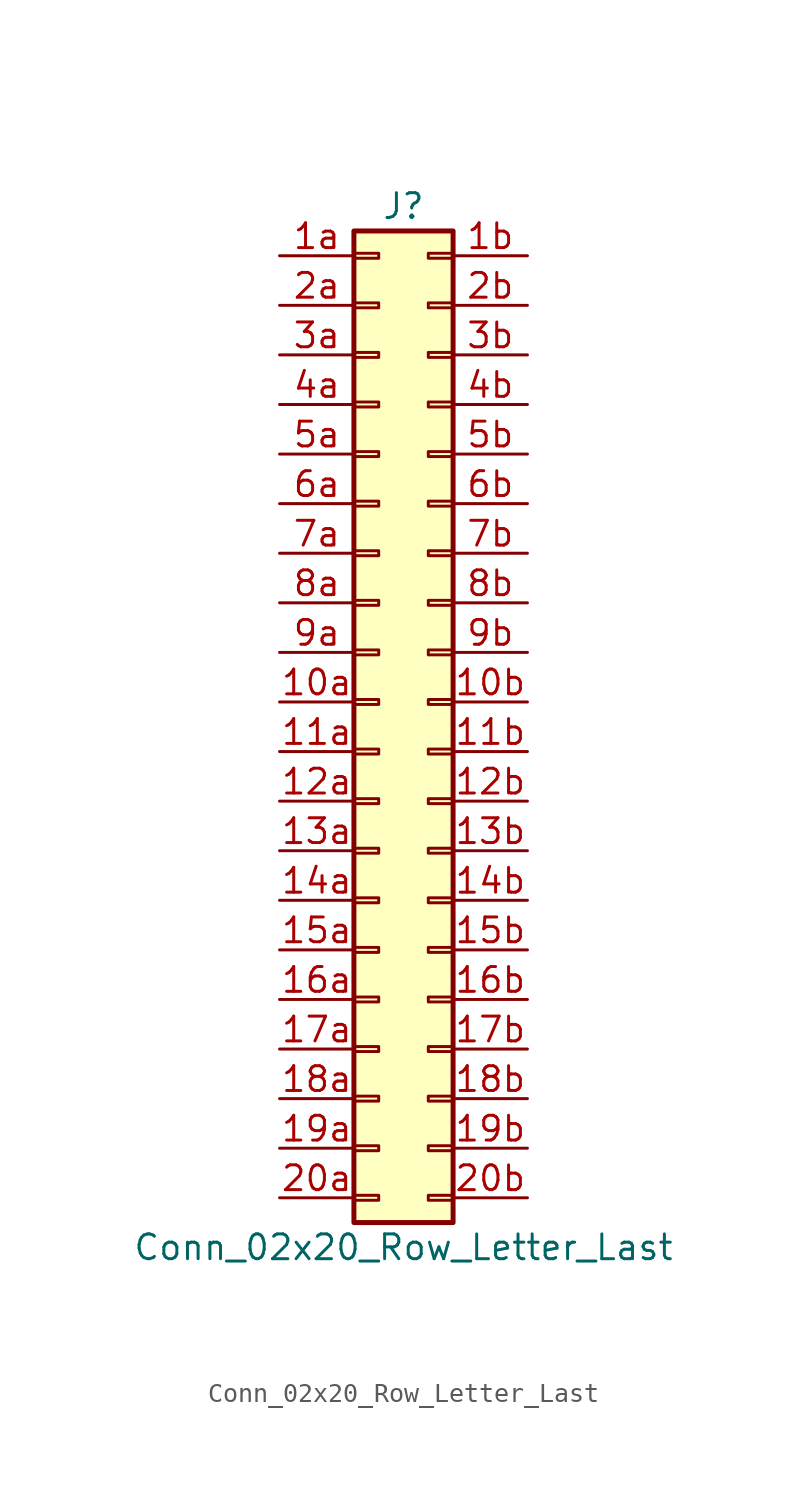
<source format=kicad_sym>
(kicad_symbol_lib
  (version 20220914)
  (generator kicad_symbol_editor)
  (symbol "Conn_02x20_Row_Letter_Last"
    (pin_names
      (offset 1.016) hide)
    (property "Reference" "J"
      (at 1.27 25.4 0)
      (effects (font (size 1.27 1.27))))
    (property "Value" "Conn_02x20_Row_Letter_Last"
      (at 1.27 -27.94 0)
      (effects (font (size 1.27 1.27))))
    (symbol "Conn_02x20_Row_Letter_Last_1_1"
      (rectangle (start -1.27 -25.273) (end 0 -25.527) (stroke (width 0.152) (type solid)) (fill (type none)))
      (rectangle (start -1.27 -22.733) (end 0 -22.987) (stroke (width 0.152) (type solid)) (fill (type none)))
      (rectangle (start -1.27 -20.193) (end 0 -20.447) (stroke (width 0.152) (type solid)) (fill (type none)))
      (rectangle (start -1.27 -17.653) (end 0 -17.907) (stroke (width 0.152) (type solid)) (fill (type none)))
      (rectangle (start -1.27 -15.113) (end 0 -15.367) (stroke (width 0.152) (type solid)) (fill (type none)))
      (rectangle (start -1.27 -12.573) (end 0 -12.827) (stroke (width 0.152) (type solid)) (fill (type none)))
      (rectangle (start -1.27 -10.033) (end 0 -10.287) (stroke (width 0.152) (type solid)) (fill (type none)))
      (rectangle (start -1.27 -7.493) (end 0 -7.747) (stroke (width 0.152) (type solid)) (fill (type none)))
      (rectangle (start -1.27 -4.953) (end 0 -5.207) (stroke (width 0.152) (type solid)) (fill (type none)))
      (rectangle (start -1.27 -2.413) (end 0 -2.667) (stroke (width 0.152) (type solid)) (fill (type none)))
      (rectangle (start -1.27 0.127) (end 0 -0.127) (stroke (width 0.152) (type solid)) (fill (type none)))
      (rectangle (start -1.27 2.667) (end 0 2.413) (stroke (width 0.152) (type solid)) (fill (type none)))
      (rectangle (start -1.27 5.207) (end 0 4.953) (stroke (width 0.152) (type solid)) (fill (type none)))
      (rectangle (start -1.27 7.747) (end 0 7.493) (stroke (width 0.152) (type solid)) (fill (type none)))
      (rectangle (start -1.27 10.287) (end 0 10.033) (stroke (width 0.152) (type solid)) (fill (type none)))
      (rectangle (start -1.27 12.827) (end 0 12.573) (stroke (width 0.152) (type solid)) (fill (type none)))
      (rectangle (start -1.27 15.367) (end 0 15.113) (stroke (width 0.152) (type solid)) (fill (type none)))
      (rectangle (start -1.27 17.907) (end 0 17.653) (stroke (width 0.152) (type solid)) (fill (type none)))
      (rectangle (start -1.27 20.447) (end 0 20.193) (stroke (width 0.152) (type solid)) (fill (type none)))
      (rectangle (start -1.27 22.987) (end 0 22.733) (stroke (width 0.152) (type solid)) (fill (type none)))
      (rectangle (start -1.27 24.13) (end 3.81 -26.67) (stroke (width 0.254) (type solid)) (fill (type background)))
      (rectangle (start 3.81 -25.273) (end 2.54 -25.527) (stroke (width 0.152) (type solid)) (fill (type none)))
      (rectangle (start 3.81 -22.733) (end 2.54 -22.987) (stroke (width 0.152) (type solid)) (fill (type none)))
      (rectangle (start 3.81 -20.193) (end 2.54 -20.447) (stroke (width 0.152) (type solid)) (fill (type none)))
      (rectangle (start 3.81 -17.653) (end 2.54 -17.907) (stroke (width 0.152) (type solid)) (fill (type none)))
      (rectangle (start 3.81 -15.113) (end 2.54 -15.367) (stroke (width 0.152) (type solid)) (fill (type none)))
      (rectangle (start 3.81 -12.573) (end 2.54 -12.827) (stroke (width 0.152) (type solid)) (fill (type none)))
      (rectangle (start 3.81 -10.033) (end 2.54 -10.287) (stroke (width 0.152) (type solid)) (fill (type none)))
      (rectangle (start 3.81 -7.493) (end 2.54 -7.747) (stroke (width 0.152) (type solid)) (fill (type none)))
      (rectangle (start 3.81 -4.953) (end 2.54 -5.207) (stroke (width 0.152) (type solid)) (fill (type none)))
      (rectangle (start 3.81 -2.413) (end 2.54 -2.667) (stroke (width 0.152) (type solid)) (fill (type none)))
      (rectangle (start 3.81 0.127) (end 2.54 -0.127) (stroke (width 0.152) (type solid)) (fill (type none)))
      (rectangle (start 3.81 2.667) (end 2.54 2.413) (stroke (width 0.152) (type solid)) (fill (type none)))
      (rectangle (start 3.81 5.207) (end 2.54 4.953) (stroke (width 0.152) (type solid)) (fill (type none)))
      (rectangle (start 3.81 7.747) (end 2.54 7.493) (stroke (width 0.152) (type solid)) (fill (type none)))
      (rectangle (start 3.81 10.287) (end 2.54 10.033) (stroke (width 0.152) (type solid)) (fill (type none)))
      (rectangle (start 3.81 12.827) (end 2.54 12.573) (stroke (width 0.152) (type solid)) (fill (type none)))
      (rectangle (start 3.81 15.367) (end 2.54 15.113) (stroke (width 0.152) (type solid)) (fill (type none)))
      (rectangle (start 3.81 17.907) (end 2.54 17.653) (stroke (width 0.152) (type solid)) (fill (type none)))
      (rectangle (start 3.81 20.447) (end 2.54 20.193) (stroke (width 0.152) (type solid)) (fill (type none)))
      (rectangle (start 3.81 22.987) (end 2.54 22.733) (stroke (width 0.152) (type solid)) (fill (type none)))
      (pin passive line (at -5.08 0 0) (length 3.81) (name "Pin_10a" (effects (font (size 1.27 1.27)))) (number "10a" (effects (font (size 1.27 1.27)))))
      (pin passive line (at 7.62 0 180) (length 3.81) (name "Pin_10b" (effects (font (size 1.27 1.27)))) (number "10b" (effects (font (size 1.27 1.27)))))
      (pin passive line (at -5.08 -2.54 0) (length 3.81) (name "Pin_11a" (effects (font (size 1.27 1.27)))) (number "11a" (effects (font (size 1.27 1.27)))))
      (pin passive line (at 7.62 -2.54 180) (length 3.81) (name "Pin_11b" (effects (font (size 1.27 1.27)))) (number "11b" (effects (font (size 1.27 1.27)))))
      (pin passive line (at -5.08 -5.08 0) (length 3.81) (name "Pin_12a" (effects (font (size 1.27 1.27)))) (number "12a" (effects (font (size 1.27 1.27)))))
      (pin passive line (at 7.62 -5.08 180) (length 3.81) (name "Pin_12b" (effects (font (size 1.27 1.27)))) (number "12b" (effects (font (size 1.27 1.27)))))
      (pin passive line (at -5.08 -7.62 0) (length 3.81) (name "Pin_13a" (effects (font (size 1.27 1.27)))) (number "13a" (effects (font (size 1.27 1.27)))))
      (pin passive line (at 7.62 -7.62 180) (length 3.81) (name "Pin_13b" (effects (font (size 1.27 1.27)))) (number "13b" (effects (font (size 1.27 1.27)))))
      (pin passive line (at -5.08 -10.16 0) (length 3.81) (name "Pin_14a" (effects (font (size 1.27 1.27)))) (number "14a" (effects (font (size 1.27 1.27)))))
      (pin passive line (at 7.62 -10.16 180) (length 3.81) (name "Pin_14b" (effects (font (size 1.27 1.27)))) (number "14b" (effects (font (size 1.27 1.27)))))
      (pin passive line (at -5.08 -12.7 0) (length 3.81) (name "Pin_15a" (effects (font (size 1.27 1.27)))) (number "15a" (effects (font (size 1.27 1.27)))))
      (pin passive line (at 7.62 -12.7 180) (length 3.81) (name "Pin_15b" (effects (font (size 1.27 1.27)))) (number "15b" (effects (font (size 1.27 1.27)))))
      (pin passive line (at -5.08 -15.24 0) (length 3.81) (name "Pin_16a" (effects (font (size 1.27 1.27)))) (number "16a" (effects (font (size 1.27 1.27)))))
      (pin passive line (at 7.62 -15.24 180) (length 3.81) (name "Pin_16b" (effects (font (size 1.27 1.27)))) (number "16b" (effects (font (size 1.27 1.27)))))
      (pin passive line (at -5.08 -17.78 0) (length 3.81) (name "Pin_17a" (effects (font (size 1.27 1.27)))) (number "17a" (effects (font (size 1.27 1.27)))))
      (pin passive line (at 7.62 -17.78 180) (length 3.81) (name "Pin_17b" (effects (font (size 1.27 1.27)))) (number "17b" (effects (font (size 1.27 1.27)))))
      (pin passive line (at -5.08 -20.32 0) (length 3.81) (name "Pin_18a" (effects (font (size 1.27 1.27)))) (number "18a" (effects (font (size 1.27 1.27)))))
      (pin passive line (at 7.62 -20.32 180) (length 3.81) (name "Pin_18b" (effects (font (size 1.27 1.27)))) (number "18b" (effects (font (size 1.27 1.27)))))
      (pin passive line (at -5.08 -22.86 0) (length 3.81) (name "Pin_19a" (effects (font (size 1.27 1.27)))) (number "19a" (effects (font (size 1.27 1.27)))))
      (pin passive line (at 7.62 -22.86 180) (length 3.81) (name "Pin_19b" (effects (font (size 1.27 1.27)))) (number "19b" (effects (font (size 1.27 1.27)))))
      (pin passive line (at -5.08 22.86 0) (length 3.81) (name "Pin_1a" (effects (font (size 1.27 1.27)))) (number "1a" (effects (font (size 1.27 1.27)))))
      (pin passive line (at 7.62 22.86 180) (length 3.81) (name "Pin_1b" (effects (font (size 1.27 1.27)))) (number "1b" (effects (font (size 1.27 1.27)))))
      (pin passive line (at -5.08 -25.4 0) (length 3.81) (name "Pin_20a" (effects (font (size 1.27 1.27)))) (number "20a" (effects (font (size 1.27 1.27)))))
      (pin passive line (at 7.62 -25.4 180) (length 3.81) (name "Pin_20b" (effects (font (size 1.27 1.27)))) (number "20b" (effects (font (size 1.27 1.27)))))
      (pin passive line (at -5.08 20.32 0) (length 3.81) (name "Pin_2a" (effects (font (size 1.27 1.27)))) (number "2a" (effects (font (size 1.27 1.27)))))
      (pin passive line (at 7.62 20.32 180) (length 3.81) (name "Pin_2b" (effects (font (size 1.27 1.27)))) (number "2b" (effects (font (size 1.27 1.27)))))
      (pin passive line (at -5.08 17.78 0) (length 3.81) (name "Pin_3a" (effects (font (size 1.27 1.27)))) (number "3a" (effects (font (size 1.27 1.27)))))
      (pin passive line (at 7.62 17.78 180) (length 3.81) (name "Pin_3b" (effects (font (size 1.27 1.27)))) (number "3b" (effects (font (size 1.27 1.27)))))
      (pin passive line (at -5.08 15.24 0) (length 3.81) (name "Pin_4a" (effects (font (size 1.27 1.27)))) (number "4a" (effects (font (size 1.27 1.27)))))
      (pin passive line (at 7.62 15.24 180) (length 3.81) (name "Pin_4b" (effects (font (size 1.27 1.27)))) (number "4b" (effects (font (size 1.27 1.27)))))
      (pin passive line (at -5.08 12.7 0) (length 3.81) (name "Pin_5a" (effects (font (size 1.27 1.27)))) (number "5a" (effects (font (size 1.27 1.27)))))
      (pin passive line (at 7.62 12.7 180) (length 3.81) (name "Pin_5b" (effects (font (size 1.27 1.27)))) (number "5b" (effects (font (size 1.27 1.27)))))
      (pin passive line (at -5.08 10.16 0) (length 3.81) (name "Pin_6a" (effects (font (size 1.27 1.27)))) (number "6a" (effects (font (size 1.27 1.27)))))
      (pin passive line (at 7.62 10.16 180) (length 3.81) (name "Pin_6b" (effects (font (size 1.27 1.27)))) (number "6b" (effects (font (size 1.27 1.27)))))
      (pin passive line (at -5.08 7.62 0) (length 3.81) (name "Pin_7a" (effects (font (size 1.27 1.27)))) (number "7a" (effects (font (size 1.27 1.27)))))
      (pin passive line (at 7.62 7.62 180) (length 3.81) (name "Pin_7b" (effects (font (size 1.27 1.27)))) (number "7b" (effects (font (size 1.27 1.27)))))
      (pin passive line (at -5.08 5.08 0) (length 3.81) (name "Pin_8a" (effects (font (size 1.27 1.27)))) (number "8a" (effects (font (size 1.27 1.27)))))
      (pin passive line (at 7.62 5.08 180) (length 3.81) (name "Pin_8b" (effects (font (size 1.27 1.27)))) (number "8b" (effects (font (size 1.27 1.27)))))
      (pin passive line (at -5.08 2.54 0) (length 3.81) (name "Pin_9a" (effects (font (size 1.27 1.27)))) (number "9a" (effects (font (size 1.27 1.27)))))
      (pin passive line (at 7.62 2.54 180) (length 3.81) (name "Pin_9b" (effects (font (size 1.27 1.27)))) (number "9b" (effects (font (size 1.27 1.27))))))))
</source>
